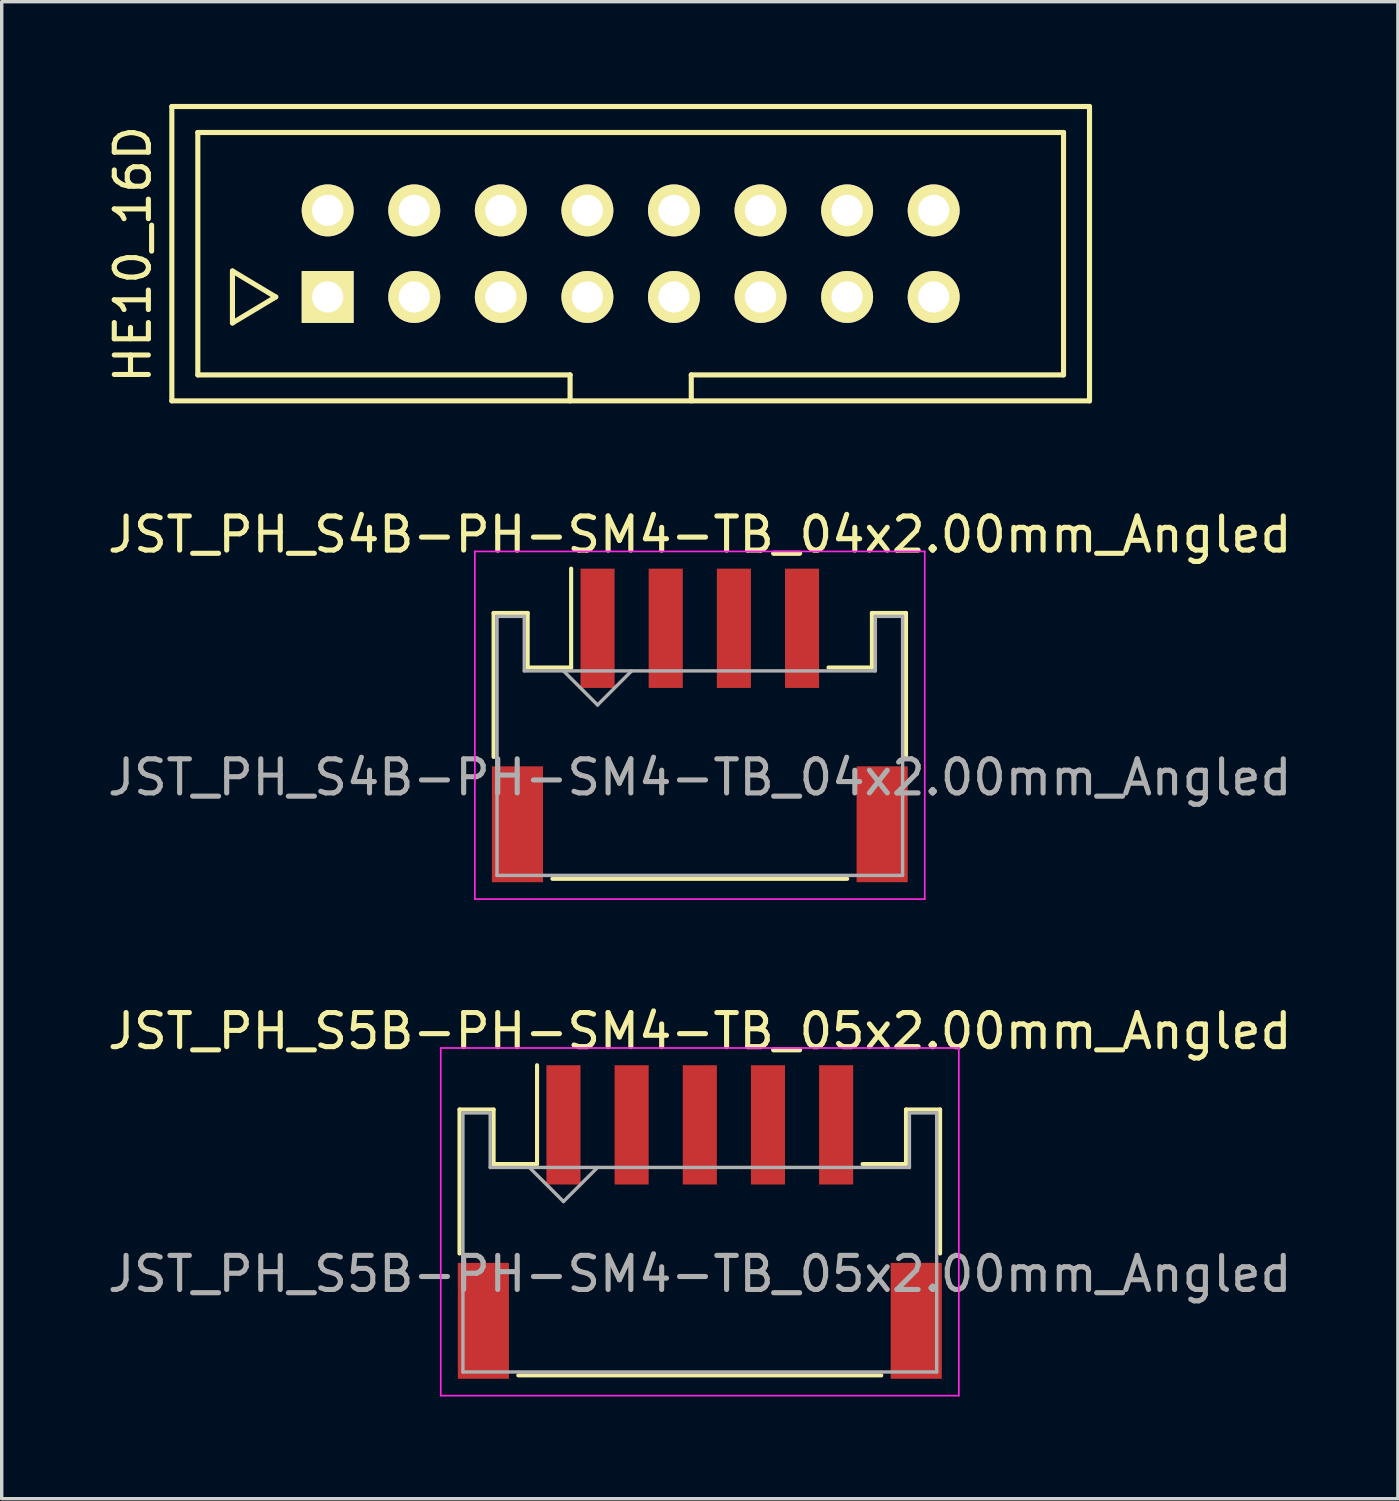
<source format=kicad_pcb>
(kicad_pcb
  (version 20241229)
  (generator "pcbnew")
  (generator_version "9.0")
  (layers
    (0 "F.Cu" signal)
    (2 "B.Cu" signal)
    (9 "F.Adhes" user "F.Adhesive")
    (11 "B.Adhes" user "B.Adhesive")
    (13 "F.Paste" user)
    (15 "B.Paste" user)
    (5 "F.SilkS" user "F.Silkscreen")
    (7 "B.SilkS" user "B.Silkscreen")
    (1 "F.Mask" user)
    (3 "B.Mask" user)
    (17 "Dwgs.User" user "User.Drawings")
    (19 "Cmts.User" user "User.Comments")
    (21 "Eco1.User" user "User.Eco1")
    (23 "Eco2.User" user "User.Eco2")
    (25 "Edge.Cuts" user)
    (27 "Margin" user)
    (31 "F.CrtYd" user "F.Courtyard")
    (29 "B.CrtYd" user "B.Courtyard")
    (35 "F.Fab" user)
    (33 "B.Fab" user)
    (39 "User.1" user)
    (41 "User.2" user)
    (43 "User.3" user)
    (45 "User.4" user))
  (footprint "JST_PH_S5B-PH-SM4-TB_05x2.00mm_Angled"
    (layer "F.Cu")
    (at 17.482 32.828)
    (property "Reference" "JST_PH_S5B-PH-SM4-TB_05x2.00mm_Angled" (at 0 -5.625 0) (layer "F.SilkS") (effects (font (size 1 1) (thickness 0.15))))
    (attr smd)
    (fp_line (start -7.05 -3.325) (end -7.05 0.9) (stroke (width 0.12) (type solid)) (layer "F.SilkS"))
    (fp_line (start -6.05 -3.325) (end -7.05 -3.325) (stroke (width 0.12) (type solid)) (layer "F.SilkS"))
    (fp_line (start -6.05 -1.725) (end -6.05 -3.325) (stroke (width 0.12) (type solid)) (layer "F.SilkS"))
    (fp_line (start -5.325 4.475) (end 5.325 4.475) (stroke (width 0.12) (type solid)) (layer "F.SilkS"))
    (fp_line (start -4.775 -1.725) (end -6.05 -1.725) (stroke (width 0.12) (type solid)) (layer "F.SilkS"))
    (fp_line (start -4.775 -1.725) (end -4.775 -4.625) (stroke (width 0.12) (type solid)) (layer "F.SilkS"))
    (fp_line (start 6.05 -3.325) (end 6.05 -1.725) (stroke (width 0.12) (type solid)) (layer "F.SilkS"))
    (fp_line (start 6.05 -1.725) (end 4.775 -1.725) (stroke (width 0.12) (type solid)) (layer "F.SilkS"))
    (fp_line (start 7.05 -3.325) (end 6.05 -3.325) (stroke (width 0.12) (type solid)) (layer "F.SilkS"))
    (fp_line (start 7.05 0.9) (end 7.05 -3.325) (stroke (width 0.12) (type solid)) (layer "F.SilkS"))
    (fp_line (start -7.6 -5.13) (end -7.6 5.07) (stroke (width 0.05) (type solid)) (layer "F.CrtYd"))
    (fp_line (start -7.6 5.07) (end 7.6 5.07) (stroke (width 0.05) (type solid)) (layer "F.CrtYd"))
    (fp_line (start 7.6 -5.13) (end -7.6 -5.13) (stroke (width 0.05) (type solid)) (layer "F.CrtYd"))
    (fp_line (start 7.6 5.07) (end 7.6 -5.13) (stroke (width 0.05) (type solid)) (layer "F.CrtYd"))
    (fp_line (start -6.95 -3.225) (end -6.95 4.375) (stroke (width 0.1) (type solid)) (layer "F.Fab"))
    (fp_line (start -6.95 4.375) (end 6.95 4.375) (stroke (width 0.1) (type solid)) (layer "F.Fab"))
    (fp_line (start -6.15 -3.225) (end -6.95 -3.225) (stroke (width 0.1) (type solid)) (layer "F.Fab"))
    (fp_line (start -6.15 -1.625) (end -6.15 -3.225) (stroke (width 0.1) (type solid)) (layer "F.Fab"))
    (fp_line (start -5 -1.625) (end -4 -0.625) (stroke (width 0.1) (type solid)) (layer "F.Fab"))
    (fp_line (start -4 -0.625) (end -3 -1.625) (stroke (width 0.1) (type solid)) (layer "F.Fab"))
    (fp_line (start 6.15 -3.225) (end 6.15 -1.625) (stroke (width 0.1) (type solid)) (layer "F.Fab"))
    (fp_line (start 6.15 -1.625) (end -6.15 -1.625) (stroke (width 0.1) (type solid)) (layer "F.Fab"))
    (fp_line (start 6.95 -3.225) (end 6.15 -3.225) (stroke (width 0.1) (type solid)) (layer "F.Fab"))
    (fp_line (start 6.95 4.375) (end 6.95 -3.225) (stroke (width 0.1) (type solid)) (layer "F.Fab"))
    (fp_text user "${REFERENCE}" (at 0 1.5 0) (layer "F.Fab") (effects (font (size 1 1) (thickness 0.15))))
    (pad "1" smd rect (at -4 -2.875) (size 1 3.5) (layers "F.Cu" "F.Mask" "F.Paste"))
    (pad "2" smd rect (at -2 -2.875) (size 1 3.5) (layers "F.Cu" "F.Mask" "F.Paste"))
    (pad "3" smd rect (at 0 -2.875) (size 1 3.5) (layers "F.Cu" "F.Mask" "F.Paste"))
    (pad "4" smd rect (at 2 -2.875) (size 1 3.5) (layers "F.Cu" "F.Mask" "F.Paste"))
    (pad "5" smd rect (at 4 -2.875) (size 1 3.5) (layers "F.Cu" "F.Mask" "F.Paste"))
    (pad "case" smd rect (at -6.35 2.875) (size 1.5 3.4) (layers "F.Cu" "F.Mask" "F.Paste"))
    (pad "case" smd rect (at 6.35 2.875) (size 1.5 3.4) (layers "F.Cu" "F.Mask" "F.Paste")))
  (footprint "JST_PH_S4B-PH-SM4-TB_04x2.00mm_Angled"
    (layer "F.Cu")
    (at 17.482 18.259)
    (property "Reference" "JST_PH_S4B-PH-SM4-TB_04x2.00mm_Angled" (at 0 -5.625 0) (layer "F.SilkS") (effects (font (size 1 1) (thickness 0.15))))
    (attr smd)
    (fp_line (start -6.05 -3.325) (end -6.05 0.9) (stroke (width 0.12) (type solid)) (layer "F.SilkS"))
    (fp_line (start -5.05 -3.325) (end -6.05 -3.325) (stroke (width 0.12) (type solid)) (layer "F.SilkS"))
    (fp_line (start -5.05 -1.725) (end -5.05 -3.325) (stroke (width 0.12) (type solid)) (layer "F.SilkS"))
    (fp_line (start -4.325 4.475) (end 4.325 4.475) (stroke (width 0.12) (type solid)) (layer "F.SilkS"))
    (fp_line (start -3.775 -1.725) (end -5.05 -1.725) (stroke (width 0.12) (type solid)) (layer "F.SilkS"))
    (fp_line (start -3.775 -1.725) (end -3.775 -4.625) (stroke (width 0.12) (type solid)) (layer "F.SilkS"))
    (fp_line (start 5.05 -3.325) (end 5.05 -1.725) (stroke (width 0.12) (type solid)) (layer "F.SilkS"))
    (fp_line (start 5.05 -1.725) (end 3.775 -1.725) (stroke (width 0.12) (type solid)) (layer "F.SilkS"))
    (fp_line (start 6.05 -3.325) (end 5.05 -3.325) (stroke (width 0.12) (type solid)) (layer "F.SilkS"))
    (fp_line (start 6.05 0.9) (end 6.05 -3.325) (stroke (width 0.12) (type solid)) (layer "F.SilkS"))
    (fp_line (start -6.6 -5.13) (end -6.6 5.07) (stroke (width 0.05) (type solid)) (layer "F.CrtYd"))
    (fp_line (start -6.6 5.07) (end 6.6 5.07) (stroke (width 0.05) (type solid)) (layer "F.CrtYd"))
    (fp_line (start 6.6 -5.13) (end -6.6 -5.13) (stroke (width 0.05) (type solid)) (layer "F.CrtYd"))
    (fp_line (start 6.6 5.07) (end 6.6 -5.13) (stroke (width 0.05) (type solid)) (layer "F.CrtYd"))
    (fp_line (start -5.95 -3.225) (end -5.95 4.375) (stroke (width 0.1) (type solid)) (layer "F.Fab"))
    (fp_line (start -5.95 4.375) (end 5.95 4.375) (stroke (width 0.1) (type solid)) (layer "F.Fab"))
    (fp_line (start -5.15 -3.225) (end -5.95 -3.225) (stroke (width 0.1) (type solid)) (layer "F.Fab"))
    (fp_line (start -5.15 -1.625) (end -5.15 -3.225) (stroke (width 0.1) (type solid)) (layer "F.Fab"))
    (fp_line (start -4 -1.625) (end -3 -0.625) (stroke (width 0.1) (type solid)) (layer "F.Fab"))
    (fp_line (start -3 -0.625) (end -2 -1.625) (stroke (width 0.1) (type solid)) (layer "F.Fab"))
    (fp_line (start 5.15 -3.225) (end 5.15 -1.625) (stroke (width 0.1) (type solid)) (layer "F.Fab"))
    (fp_line (start 5.15 -1.625) (end -5.15 -1.625) (stroke (width 0.1) (type solid)) (layer "F.Fab"))
    (fp_line (start 5.95 -3.225) (end 5.15 -3.225) (stroke (width 0.1) (type solid)) (layer "F.Fab"))
    (fp_line (start 5.95 4.375) (end 5.95 -3.225) (stroke (width 0.1) (type solid)) (layer "F.Fab"))
    (fp_text user "${REFERENCE}" (at 0 1.5 0) (layer "F.Fab") (effects (font (size 1 1) (thickness 0.15))))
    (pad "1" smd rect (at -3 -2.875) (size 1 3.5) (layers "F.Cu" "F.Mask" "F.Paste"))
    (pad "2" smd rect (at -1 -2.875) (size 1 3.5) (layers "F.Cu" "F.Mask" "F.Paste"))
    (pad "3" smd rect (at 1 -2.875) (size 1 3.5) (layers "F.Cu" "F.Mask" "F.Paste"))
    (pad "4" smd rect (at 3 -2.875) (size 1 3.5) (layers "F.Cu" "F.Mask" "F.Paste"))
    (pad "case" smd rect (at -5.35 2.875) (size 1.5 3.4) (layers "F.Cu" "F.Mask" "F.Paste"))
    (pad "case" smd rect (at 5.35 2.875) (size 1.5 3.4) (layers "F.Cu" "F.Mask" "F.Paste")))
  (footprint "HE10_16D"
    (layer "F.Cu")
    (at 15.454 4.393)
    (property "Reference" "HE10_16D" (at -14.606 0.02 90) (layer "F.SilkS") (effects (font (size 1 1) (thickness 0.15))))
    (attr through_hole)
    (fp_line (start -13.462 -4.318) (end -13.462 4.318) (stroke (width 0.15) (type solid)) (layer "F.SilkS"))
    (fp_line (start -13.462 4.318) (end 13.462 4.318) (stroke (width 0.15) (type solid)) (layer "F.SilkS"))
    (fp_line (start -12.7 -3.556) (end 12.7 -3.556) (stroke (width 0.15) (type solid)) (layer "F.SilkS"))
    (fp_line (start -12.7 3.556) (end -12.7 -3.556) (stroke (width 0.15) (type solid)) (layer "F.SilkS"))
    (fp_line (start -11.684 0.508) (end -11.684 2.032) (stroke (width 0.15) (type solid)) (layer "F.SilkS"))
    (fp_line (start -11.684 2.032) (end -10.414 1.27) (stroke (width 0.15) (type solid)) (layer "F.SilkS"))
    (fp_line (start -10.414 1.27) (end -11.684 0.508) (stroke (width 0.15) (type solid)) (layer "F.SilkS"))
    (fp_line (start -1.778 3.556) (end -12.7 3.556) (stroke (width 0.15) (type solid)) (layer "F.SilkS"))
    (fp_line (start -1.778 4.318) (end -1.778 3.556) (stroke (width 0.15) (type solid)) (layer "F.SilkS"))
    (fp_line (start 1.778 3.556) (end 1.778 4.318) (stroke (width 0.15) (type solid)) (layer "F.SilkS"))
    (fp_line (start 12.7 -3.556) (end 12.7 3.556) (stroke (width 0.15) (type solid)) (layer "F.SilkS"))
    (fp_line (start 12.7 3.556) (end 1.778 3.556) (stroke (width 0.15) (type solid)) (layer "F.SilkS"))
    (fp_line (start 13.462 -4.318) (end -13.462 -4.318) (stroke (width 0.15) (type solid)) (layer "F.SilkS"))
    (fp_line (start 13.462 4.318) (end 13.462 -4.318) (stroke (width 0.15) (type solid)) (layer "F.SilkS"))
    (pad "1" thru_hole rect (at -8.89 1.27) (size 1.524 1.524) (drill 0.914) (layers "*.Cu" "*.Mask" "F.SilkS"))
    (pad "2" thru_hole circle (at -8.89 -1.27) (size 1.524 1.524) (drill 0.914) (layers "*.Cu" "*.Mask" "F.SilkS"))
    (pad "3" thru_hole circle (at -6.35 1.27) (size 1.524 1.524) (drill 0.914) (layers "*.Cu" "*.Mask" "F.SilkS"))
    (pad "4" thru_hole circle (at -6.35 -1.27) (size 1.524 1.524) (drill 0.914) (layers "*.Cu" "*.Mask" "F.SilkS"))
    (pad "5" thru_hole circle (at -3.81 1.27) (size 1.524 1.524) (drill 0.914) (layers "*.Cu" "*.Mask" "F.SilkS"))
    (pad "6" thru_hole circle (at -3.81 -1.27) (size 1.524 1.524) (drill 0.914) (layers "*.Cu" "*.Mask" "F.SilkS"))
    (pad "7" thru_hole circle (at -1.27 1.27) (size 1.524 1.524) (drill 0.914) (layers "*.Cu" "*.Mask" "F.SilkS"))
    (pad "8" thru_hole circle (at -1.27 -1.27) (size 1.524 1.524) (drill 0.914) (layers "*.Cu" "*.Mask" "F.SilkS"))
    (pad "9" thru_hole circle (at 1.27 1.27) (size 1.524 1.524) (drill 0.914) (layers "*.Cu" "*.Mask" "F.SilkS"))
    (pad "10" thru_hole circle (at 1.27 -1.27) (size 1.524 1.524) (drill 0.914) (layers "*.Cu" "*.Mask" "F.SilkS"))
    (pad "11" thru_hole circle (at 3.81 1.27) (size 1.524 1.524) (drill 0.914) (layers "*.Cu" "*.Mask" "F.SilkS"))
    (pad "12" thru_hole circle (at 3.81 -1.27) (size 1.524 1.524) (drill 0.914) (layers "*.Cu" "*.Mask" "F.SilkS"))
    (pad "13" thru_hole circle (at 6.35 1.27) (size 1.524 1.524) (drill 0.914) (layers "*.Cu" "*.Mask" "F.SilkS"))
    (pad "14" thru_hole circle (at 6.35 -1.27) (size 1.524 1.524) (drill 0.914) (layers "*.Cu" "*.Mask" "F.SilkS"))
    (pad "15" thru_hole circle (at 8.89 1.27) (size 1.524 1.524) (drill 0.914) (layers "*.Cu" "*.Mask" "F.SilkS"))
    (pad "16" thru_hole circle (at 8.89 -1.27) (size 1.524 1.524) (drill 0.914) (layers "*.Cu" "*.Mask" "F.SilkS")))
  (gr_rect
    (start -3 -3)
    (end 37.964 40.922)
    (stroke (width 0.1) (type default))
    (fill no)
    (layer "Edge.Cuts")))
</source>
